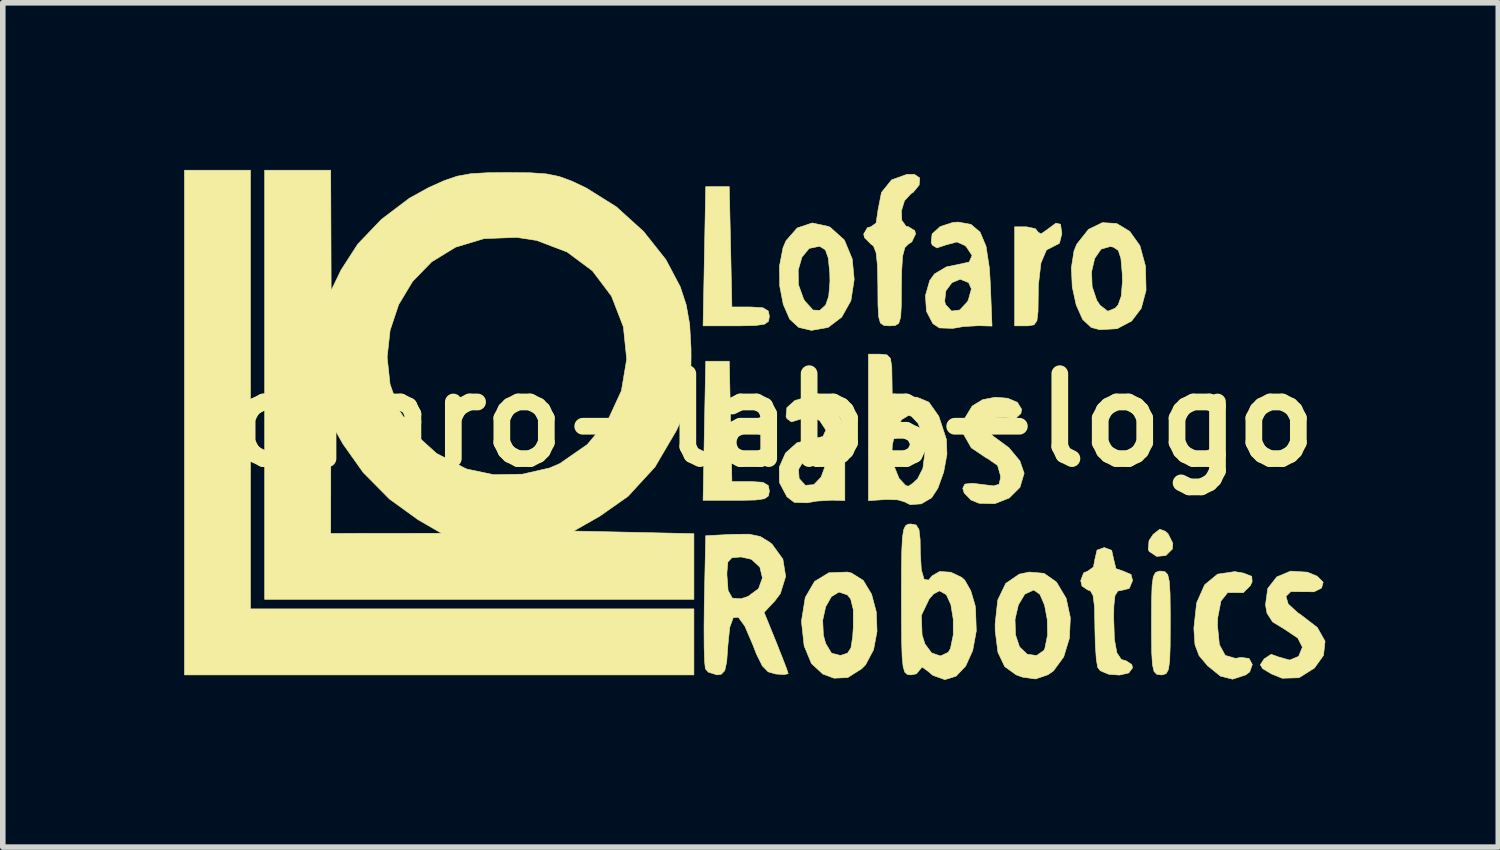
<source format=kicad_pcb>
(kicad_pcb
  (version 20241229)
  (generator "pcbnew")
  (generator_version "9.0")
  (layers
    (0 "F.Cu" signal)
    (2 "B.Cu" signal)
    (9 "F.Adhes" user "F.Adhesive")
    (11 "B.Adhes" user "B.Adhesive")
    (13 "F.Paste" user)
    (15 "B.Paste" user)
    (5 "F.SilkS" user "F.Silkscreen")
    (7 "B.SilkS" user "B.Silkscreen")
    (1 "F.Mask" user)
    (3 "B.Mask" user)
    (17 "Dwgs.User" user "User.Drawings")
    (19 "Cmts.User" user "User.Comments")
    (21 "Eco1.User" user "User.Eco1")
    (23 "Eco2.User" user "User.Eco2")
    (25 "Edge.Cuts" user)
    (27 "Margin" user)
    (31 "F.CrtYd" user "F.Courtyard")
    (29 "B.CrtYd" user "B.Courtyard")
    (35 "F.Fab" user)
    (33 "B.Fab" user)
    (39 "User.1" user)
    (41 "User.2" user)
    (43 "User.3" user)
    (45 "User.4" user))
  (footprint "lofaro-labs-logo"
    (layer "F.Cu")
    (at 10.421 4.492)
    (property "Reference" "lofaro-labs-logo" (at 0 0 0) (layer "F.SilkS") (effects (font (size 1.524 1.524) (thickness 0.3))))
    (attr through_hole)
    (fp_poly (pts (xy -8.975 3.387) (xy -1.016 3.387) (xy -1.016 4.572) (xy -10.16 4.572) (xy -10.16 -4.487) (xy -8.975 -4.487) (xy -8.975 3.387)) (stroke (width 0.01) (type solid)) (fill yes) (layer "F.SilkS"))
    (fp_poly (pts (xy 7.448 1.996) (xy 7.496 2.041) (xy 7.58 2.209) (xy 7.572 2.313) (xy 7.455 2.43) (xy 7.29 2.445) (xy 7.156 2.355) (xy 7.14 2.322) (xy 7.153 2.163) (xy 7.227 2.05) (xy 7.347 1.957) (xy 7.448 1.996)) (stroke (width 0.01) (type solid)) (fill yes) (layer "F.SilkS"))
    (fp_poly (pts (xy -0.357 -3.111) (xy -0.334 -2.032) (xy 0.003 -2.032) (xy 0.223 -2.018) (xy 0.32 -1.959) (xy 0.339 -1.863) (xy 0.323 -1.774) (xy 0.251 -1.723) (xy 0.087 -1.699) (xy -0.205 -1.693) (xy -0.256 -1.693) (xy -0.851 -1.693) (xy -0.804 -4.191) (xy -0.381 -4.191) (xy -0.357 -3.111)) (stroke (width 0.01) (type solid)) (fill yes) (layer "F.SilkS"))
    (fp_poly (pts (xy -0.357 0.021) (xy -0.334 1.101) (xy 0.003 1.101) (xy 0.223 1.115) (xy 0.32 1.173) (xy 0.339 1.27) (xy 0.323 1.359) (xy 0.251 1.41) (xy 0.087 1.433) (xy -0.205 1.439) (xy -0.256 1.439) (xy -0.851 1.439) (xy -0.828 0.191) (xy -0.804 -1.058) (xy -0.381 -1.058) (xy -0.357 0.021)) (stroke (width 0.01) (type solid)) (fill yes) (layer "F.SilkS"))
    (fp_poly (pts (xy 5.565 -3.517) (xy 5.588 -3.35) (xy 5.588 -3.344) (xy 5.545 -3.175) (xy 5.464 -3.133) (xy 5.312 -3.055) (xy 5.213 -2.821) (xy 5.168 -2.429) (xy 5.165 -2.249) (xy 5.161 -1.952) (xy 5.141 -1.785) (xy 5.089 -1.712) (xy 4.991 -1.694) (xy 4.953 -1.693) (xy 4.741 -1.693) (xy 4.741 -3.471) (xy 4.953 -3.471) (xy 5.112 -3.438) (xy 5.165 -3.374) (xy 5.214 -3.343) (xy 5.319 -3.416) (xy 5.482 -3.537) (xy 5.565 -3.517)) (stroke (width 0.01) (type solid)) (fill yes) (layer "F.SilkS"))
    (fp_poly (pts (xy 7.44 2.72) (xy 7.489 2.772) (xy 7.517 2.894) (xy 7.531 3.115) (xy 7.535 3.465) (xy 7.535 3.641) (xy 7.533 4.048) (xy 7.524 4.316) (xy 7.502 4.473) (xy 7.462 4.548) (xy 7.398 4.571) (xy 7.366 4.572) (xy 7.292 4.561) (xy 7.243 4.51) (xy 7.215 4.388) (xy 7.201 4.166) (xy 7.197 3.816) (xy 7.197 3.641) (xy 7.199 3.233) (xy 7.208 2.966) (xy 7.23 2.809) (xy 7.27 2.734) (xy 7.334 2.71) (xy 7.366 2.709) (xy 7.44 2.72)) (stroke (width 0.01) (type solid)) (fill yes) (layer "F.SilkS"))
    (fp_poly (pts (xy 8.85 2.745) (xy 8.997 2.803) (xy 9.004 2.9) (xy 8.97 2.972) (xy 8.843 3.097) (xy 8.746 3.095) (xy 8.565 3.094) (xy 8.444 3.246) (xy 8.386 3.546) (xy 8.382 3.689) (xy 8.416 4.029) (xy 8.521 4.222) (xy 8.704 4.275) (xy 8.806 4.258) (xy 8.949 4.277) (xy 9.007 4.386) (xy 8.961 4.517) (xy 8.892 4.571) (xy 8.653 4.649) (xy 8.435 4.594) (xy 8.206 4.409) (xy 8.051 4.225) (xy 7.978 4.03) (xy 7.959 3.749) (xy 7.959 3.728) (xy 8.008 3.278) (xy 8.152 2.954) (xy 8.383 2.764) (xy 8.692 2.718) (xy 8.85 2.745)) (stroke (width 0.01) (type solid)) (fill yes) (layer "F.SilkS"))
    (fp_poly (pts (xy 9.995 2.728) (xy 10.171 2.8) (xy 10.279 2.908) (xy 10.25 3.013) (xy 10.116 3.08) (xy 9.911 3.079) (xy 9.698 3.077) (xy 9.611 3.162) (xy 9.652 3.3) (xy 9.824 3.458) (xy 9.867 3.485) (xy 10.174 3.721) (xy 10.313 3.968) (xy 10.285 4.222) (xy 10.122 4.449) (xy 9.846 4.623) (xy 9.544 4.632) (xy 9.356 4.557) (xy 9.192 4.459) (xy 9.151 4.39) (xy 9.209 4.3) (xy 9.224 4.282) (xy 9.346 4.202) (xy 9.479 4.25) (xy 9.678 4.306) (xy 9.839 4.239) (xy 9.906 4.074) (xy 9.906 4.074) (xy 9.824 3.911) (xy 9.588 3.753) (xy 9.372 3.621) (xy 9.271 3.465) (xy 9.244 3.315) (xy 9.284 3.021) (xy 9.446 2.813) (xy 9.695 2.709) (xy 9.995 2.728)) (stroke (width 0.01) (type solid)) (fill yes) (layer "F.SilkS"))
    (fp_poly (pts (xy 1.4 -3.477) (xy 1.432 -3.461) (xy 1.685 -3.234) (xy 1.826 -2.894) (xy 1.861 -2.525) (xy 1.802 -2.144) (xy 1.637 -1.85) (xy 1.393 -1.665) (xy 1.094 -1.612) (xy 0.866 -1.665) (xy 0.704 -1.813) (xy 0.588 -2.078) (xy 0.524 -2.411) (xy 0.521 -2.693) (xy 0.856 -2.693) (xy 0.862 -2.428) (xy 0.953 -2.176) (xy 0.978 -2.136) (xy 1.122 -1.977) (xy 1.244 -1.971) (xy 1.349 -2.067) (xy 1.404 -2.224) (xy 1.426 -2.488) (xy 1.423 -2.638) (xy 1.396 -2.911) (xy 1.344 -3.057) (xy 1.25 -3.116) (xy 1.233 -3.12) (xy 1.053 -3.083) (xy 0.923 -2.926) (xy 0.856 -2.693) (xy 0.521 -2.693) (xy 0.52 -2.766) (xy 0.583 -3.093) (xy 0.637 -3.22) (xy 0.838 -3.45) (xy 1.107 -3.54) (xy 1.4 -3.477)) (stroke (width 0.01) (type solid)) (fill yes) (layer "F.SilkS"))
    (fp_poly (pts (xy 1.81 2.742) (xy 2.023 2.875) (xy 2.173 3.123) (xy 2.258 3.443) (xy 2.271 3.79) (xy 2.209 4.12) (xy 2.066 4.39) (xy 1.996 4.461) (xy 1.745 4.62) (xy 1.499 4.631) (xy 1.297 4.556) (xy 1.094 4.368) (xy 0.963 4.051) (xy 0.917 3.633) (xy 0.918 3.591) (xy 1.296 3.591) (xy 1.308 3.859) (xy 1.349 4.007) (xy 1.454 4.182) (xy 1.607 4.221) (xy 1.63 4.218) (xy 1.741 4.182) (xy 1.803 4.087) (xy 1.834 3.89) (xy 1.845 3.718) (xy 1.845 3.4) (xy 1.798 3.209) (xy 1.739 3.136) (xy 1.587 3.085) (xy 1.452 3.168) (xy 1.349 3.349) (xy 1.296 3.591) (xy 0.918 3.591) (xy 0.918 3.587) (xy 0.983 3.182) (xy 1.15 2.895) (xy 1.406 2.739) (xy 1.736 2.726) (xy 1.81 2.742)) (stroke (width 0.01) (type solid)) (fill yes) (layer "F.SilkS"))
    (fp_poly (pts (xy 4.617 -0.394) (xy 4.79 -0.32) (xy 4.866 -0.197) (xy 4.854 -0.121) (xy 4.76 -0.033) (xy 4.561 -0.045) (xy 4.561 -0.045) (xy 4.361 -0.039) (xy 4.247 0.05) (xy 4.247 0.18) (xy 4.361 0.291) (xy 4.64 0.496) (xy 4.835 0.731) (xy 4.911 0.951) (xy 4.911 0.955) (xy 4.836 1.206) (xy 4.645 1.396) (xy 4.384 1.499) (xy 4.104 1.492) (xy 3.958 1.433) (xy 3.835 1.306) (xy 3.81 1.222) (xy 3.847 1.147) (xy 3.984 1.132) (xy 4.149 1.153) (xy 4.364 1.179) (xy 4.461 1.15) (xy 4.487 1.044) (xy 4.487 0.995) (xy 4.435 0.812) (xy 4.252 0.685) (xy 4.23 0.676) (xy 3.963 0.496) (xy 3.826 0.255) (xy 3.83 -0.009) (xy 3.979 -0.254) (xy 4.166 -0.368) (xy 4.394 -0.412) (xy 4.617 -0.394)) (stroke (width 0.01) (type solid)) (fill yes) (layer "F.SilkS"))
    (fp_poly (pts (xy 5.269 2.749) (xy 5.479 2.896) (xy 5.497 2.914) (xy 5.666 3.197) (xy 5.741 3.547) (xy 5.724 3.913) (xy 5.622 4.248) (xy 5.438 4.5) (xy 5.339 4.569) (xy 5.117 4.645) (xy 4.881 4.612) (xy 4.768 4.571) (xy 4.563 4.423) (xy 4.441 4.166) (xy 4.392 3.777) (xy 4.391 3.663) (xy 4.4 3.575) (xy 4.748 3.575) (xy 4.757 3.853) (xy 4.829 4.07) (xy 4.967 4.201) (xy 5.135 4.224) (xy 5.267 4.132) (xy 5.283 4.099) (xy 5.332 3.857) (xy 5.327 3.58) (xy 5.278 3.319) (xy 5.194 3.125) (xy 5.084 3.048) (xy 5.083 3.048) (xy 4.923 3.123) (xy 4.808 3.315) (xy 4.748 3.575) (xy 4.4 3.575) (xy 4.438 3.228) (xy 4.581 2.93) (xy 4.824 2.764) (xy 5.006 2.726) (xy 5.269 2.749)) (stroke (width 0.01) (type solid)) (fill yes) (layer "F.SilkS"))
    (fp_poly (pts (xy 6.573 -3.53) (xy 6.807 -3.389) (xy 6.99 -3.132) (xy 7.089 -2.768) (xy 7.09 -2.762) (xy 7.1 -2.33) (xy 7.013 -2.007) (xy 6.841 -1.78) (xy 6.581 -1.642) (xy 6.269 -1.624) (xy 6.115 -1.665) (xy 5.962 -1.808) (xy 5.846 -2.068) (xy 5.775 -2.393) (xy 5.763 -2.665) (xy 6.122 -2.665) (xy 6.132 -2.399) (xy 6.215 -2.151) (xy 6.276 -2.061) (xy 6.413 -1.956) (xy 6.546 -2.01) (xy 6.598 -2.067) (xy 6.654 -2.224) (xy 6.676 -2.489) (xy 6.672 -2.639) (xy 6.648 -2.906) (xy 6.602 -3.047) (xy 6.513 -3.106) (xy 6.456 -3.117) (xy 6.292 -3.07) (xy 6.178 -2.903) (xy 6.122 -2.665) (xy 5.763 -2.665) (xy 5.759 -2.733) (xy 5.807 -3.039) (xy 5.856 -3.159) (xy 6.067 -3.425) (xy 6.316 -3.546) (xy 6.573 -3.53)) (stroke (width 0.01) (type solid)) (fill yes) (layer "F.SilkS"))
    (fp_poly (pts (xy 6.483 2.336) (xy 6.519 2.498) (xy 6.559 2.664) (xy 6.689 2.709) (xy 6.83 2.769) (xy 6.858 2.879) (xy 6.798 3.02) (xy 6.689 3.048) (xy 6.594 3.067) (xy 6.542 3.149) (xy 6.522 3.334) (xy 6.519 3.549) (xy 6.532 3.935) (xy 6.576 4.176) (xy 6.656 4.295) (xy 6.74 4.318) (xy 6.844 4.386) (xy 6.858 4.445) (xy 6.789 4.537) (xy 6.625 4.575) (xy 6.433 4.562) (xy 6.278 4.497) (xy 6.232 4.438) (xy 6.207 4.291) (xy 6.189 4.029) (xy 6.181 3.706) (xy 6.181 3.676) (xy 6.174 3.343) (xy 6.149 3.149) (xy 6.101 3.062) (xy 6.054 3.048) (xy 5.95 2.977) (xy 5.927 2.879) (xy 5.98 2.741) (xy 6.054 2.709) (xy 6.156 2.636) (xy 6.181 2.498) (xy 6.22 2.332) (xy 6.35 2.286) (xy 6.483 2.336)) (stroke (width 0.01) (type solid)) (fill yes) (layer "F.SilkS"))
    (fp_poly (pts (xy 1.344 -0.38) (xy 1.518 -0.245) (xy 1.628 0.002) (xy 1.682 0.381) (xy 1.693 0.758) (xy 1.693 1.442) (xy 1.46 1.436) (xy 1.194 1.452) (xy 1.014 1.483) (xy 0.787 1.476) (xy 0.654 1.375) (xy 0.519 1.119) (xy 0.517 0.882) (xy 0.862 0.882) (xy 0.873 1.047) (xy 0.985 1.169) (xy 1.137 1.157) (xy 1.267 1.022) (xy 1.353 0.787) (xy 1.321 0.642) (xy 1.178 0.607) (xy 1.173 0.608) (xy 0.97 0.704) (xy 0.862 0.882) (xy 0.517 0.882) (xy 0.517 0.842) (xy 0.629 0.589) (xy 0.834 0.406) (xy 1.101 0.339) (xy 1.3 0.293) (xy 1.353 0.177) (xy 1.248 0.018) (xy 1.225 -0.002) (xy 1.071 -0.066) (xy 0.894 -0.018) (xy 0.734 0.031) (xy 0.654 -0.029) (xy 0.638 -0.066) (xy 0.653 -0.225) (xy 0.796 -0.353) (xy 1.026 -0.419) (xy 1.096 -0.422) (xy 1.344 -0.38)) (stroke (width 0.01) (type solid)) (fill yes) (layer "F.SilkS"))
    (fp_poly (pts (xy 2.942 -4.413) (xy 3.038 -4.347) (xy 3.027 -4.22) (xy 2.921 -4.091) (xy 2.879 -4.064) (xy 2.764 -3.939) (xy 2.709 -3.759) (xy 2.716 -3.586) (xy 2.792 -3.481) (xy 2.836 -3.471) (xy 2.948 -3.403) (xy 2.963 -3.342) (xy 2.895 -3.2) (xy 2.836 -3.163) (xy 2.771 -3.099) (xy 2.731 -2.948) (xy 2.713 -2.679) (xy 2.709 -2.404) (xy 2.707 -2.058) (xy 2.695 -1.848) (xy 2.661 -1.739) (xy 2.597 -1.699) (xy 2.498 -1.693) (xy 2.395 -1.7) (xy 2.332 -1.743) (xy 2.3 -1.855) (xy 2.288 -2.071) (xy 2.286 -2.404) (xy 2.279 -2.773) (xy 2.255 -3.004) (xy 2.208 -3.126) (xy 2.159 -3.163) (xy 2.046 -3.276) (xy 2.032 -3.342) (xy 2.099 -3.456) (xy 2.159 -3.471) (xy 2.254 -3.538) (xy 2.286 -3.748) (xy 2.286 -3.758) (xy 2.351 -4.088) (xy 2.533 -4.314) (xy 2.809 -4.413) (xy 2.942 -4.413)) (stroke (width 0.01) (type solid)) (fill yes) (layer "F.SilkS"))
    (fp_poly (pts (xy 3.958 -3.514) (xy 4.121 -3.375) (xy 4.228 -3.12) (xy 4.288 -2.729) (xy 4.305 -2.445) (xy 4.335 -1.689) (xy 4.094 -1.696) (xy 3.824 -1.681) (xy 3.633 -1.648) (xy 3.39 -1.656) (xy 3.273 -1.734) (xy 3.158 -1.955) (xy 3.147 -2.134) (xy 3.485 -2.134) (xy 3.502 -2.074) (xy 3.609 -1.959) (xy 3.755 -1.978) (xy 3.89 -2.121) (xy 3.911 -2.161) (xy 3.965 -2.356) (xy 3.915 -2.469) (xy 3.764 -2.53) (xy 3.615 -2.468) (xy 3.507 -2.322) (xy 3.485 -2.134) (xy 3.147 -2.134) (xy 3.14 -2.237) (xy 3.217 -2.506) (xy 3.302 -2.625) (xy 3.516 -2.752) (xy 3.725 -2.794) (xy 3.925 -2.839) (xy 3.977 -2.956) (xy 3.873 -3.114) (xy 3.85 -3.135) (xy 3.704 -3.199) (xy 3.511 -3.147) (xy 3.508 -3.146) (xy 3.345 -3.092) (xy 3.264 -3.142) (xy 3.243 -3.188) (xy 3.26 -3.343) (xy 3.404 -3.475) (xy 3.631 -3.549) (xy 3.728 -3.556) (xy 3.958 -3.514)) (stroke (width 0.01) (type solid)) (fill yes) (layer "F.SilkS"))
    (fp_poly (pts (xy 2.449 -1.173) (xy 2.512 -1.11) (xy 2.536 -0.954) (xy 2.54 -0.717) (xy 2.544 -0.452) (xy 2.566 -0.324) (xy 2.622 -0.301) (xy 2.717 -0.343) (xy 2.981 -0.415) (xy 3.201 -0.324) (xy 3.38 -0.07) (xy 3.517 0.347) (xy 3.517 0.348) (xy 3.526 0.612) (xy 3.468 0.93) (xy 3.363 1.222) (xy 3.251 1.393) (xy 3.065 1.502) (xy 2.865 1.516) (xy 2.763 1.465) (xy 2.645 1.43) (xy 2.438 1.423) (xy 2.41 1.425) (xy 2.117 1.445) (xy 2.117 0.55) (xy 2.54 0.55) (xy 2.575 0.819) (xy 2.666 1.044) (xy 2.786 1.173) (xy 2.836 1.185) (xy 2.912 1.133) (xy 3 1.052) (xy 3.094 0.865) (xy 3.132 0.576) (xy 3.133 0.55) (xy 3.097 0.281) (xy 3.007 0.056) (xy 2.887 -0.072) (xy 2.836 -0.085) (xy 2.711 -0.009) (xy 2.606 0.184) (xy 2.546 0.442) (xy 2.54 0.55) (xy 2.117 0.55) (xy 2.117 -1.185) (xy 2.328 -1.185) (xy 2.449 -1.173)) (stroke (width 0.01) (type solid)) (fill yes) (layer "F.SilkS"))
    (fp_poly (pts (xy 0.175 2.088) (xy 0.344 2.191) (xy 0.389 2.229) (xy 0.581 2.494) (xy 0.631 2.805) (xy 0.536 3.112) (xy 0.435 3.247) (xy 0.244 3.45) (xy 0.461 3.983) (xy 0.569 4.256) (xy 0.647 4.459) (xy 0.677 4.55) (xy 0.677 4.55) (xy 0.605 4.566) (xy 0.452 4.556) (xy 0.317 4.517) (xy 0.212 4.41) (xy 0.107 4.199) (xy 0.038 4.022) (xy -0.102 3.696) (xy -0.219 3.537) (xy -0.31 3.545) (xy -0.373 3.719) (xy -0.406 4.043) (xy -0.427 4.335) (xy -0.462 4.495) (xy -0.525 4.561) (xy -0.599 4.572) (xy -0.757 4.523) (xy -0.81 4.462) (xy -0.823 4.34) (xy -0.832 4.084) (xy -0.834 3.728) (xy -0.83 3.309) (xy -0.828 3.213) (xy -0.819 2.78) (xy -0.423 2.78) (xy -0.402 3.059) (xy -0.326 3.194) (xy -0.173 3.205) (xy -0.047 3.165) (xy 0.145 3.024) (xy 0.214 2.831) (xy 0.168 2.638) (xy 0.017 2.497) (xy -0.172 2.455) (xy -0.336 2.47) (xy -0.407 2.547) (xy -0.423 2.735) (xy -0.423 2.78) (xy -0.819 2.78) (xy -0.804 2.074) (xy -0.327 2.049) (xy -0.026 2.046) (xy 0.175 2.088)) (stroke (width 0.01) (type solid)) (fill yes) (layer "F.SilkS"))
    (fp_poly (pts (xy 2.973 1.881) (xy 3.024 1.963) (xy 3.045 2.146) (xy 3.048 2.371) (xy 3.066 2.685) (xy 3.116 2.855) (xy 3.195 2.871) (xy 3.26 2.794) (xy 3.394 2.716) (xy 3.595 2.729) (xy 3.792 2.822) (xy 3.846 2.872) (xy 3.954 3.062) (xy 4.031 3.323) (xy 4.039 3.375) (xy 4.053 3.783) (xy 3.988 4.136) (xy 3.862 4.414) (xy 3.69 4.595) (xy 3.489 4.657) (xy 3.273 4.58) (xy 3.193 4.512) (xy 3.081 4.431) (xy 3.048 4.469) (xy 2.977 4.553) (xy 2.879 4.572) (xy 2.815 4.564) (xy 2.77 4.524) (xy 2.74 4.428) (xy 2.722 4.251) (xy 2.713 3.968) (xy 2.71 3.556) (xy 2.71 3.504) (xy 3.066 3.504) (xy 3.08 3.854) (xy 3.131 4.016) (xy 3.251 4.178) (xy 3.41 4.232) (xy 3.549 4.167) (xy 3.589 4.099) (xy 3.639 3.857) (xy 3.639 3.571) (xy 3.596 3.309) (xy 3.517 3.137) (xy 3.504 3.125) (xy 3.39 3.063) (xy 3.285 3.12) (xy 3.208 3.208) (xy 3.066 3.504) (xy 2.71 3.504) (xy 2.709 3.217) (xy 2.71 2.711) (xy 2.715 2.349) (xy 2.727 2.108) (xy 2.75 1.964) (xy 2.785 1.891) (xy 2.836 1.865) (xy 2.879 1.863) (xy 2.973 1.881)) (stroke (width 0.01) (type solid)) (fill yes) (layer "F.SilkS"))
    (fp_poly (pts (xy -7.527 -2.328) (xy -7.349 -2.696) (xy -7.048 -3.162) (xy -6.624 -3.605) (xy -6.123 -3.984) (xy -5.781 -4.173) (xy -5.498 -4.3) (xy -5.263 -4.38) (xy -5.021 -4.424) (xy -4.713 -4.442) (xy -4.359 -4.445) (xy -3.955 -4.441) (xy -3.665 -4.421) (xy -3.434 -4.374) (xy -3.205 -4.29) (xy -2.948 -4.168) (xy -2.41 -3.831) (xy -1.919 -3.387) (xy -1.518 -2.881) (xy -1.261 -2.395) (xy -1.153 -2.065) (xy -1.092 -1.719) (xy -1.068 -1.292) (xy -1.067 -1.143) (xy -1.072 -0.749) (xy -1.1 -0.459) (xy -1.164 -0.209) (xy -1.275 0.066) (xy -1.327 0.18) (xy -1.715 0.841) (xy -2.199 1.367) (xy -2.707 1.724) (xy -3.175 1.99) (xy -2.095 2.013) (xy -1.016 2.037) (xy -1.016 3.217) (xy -8.721 3.217) (xy -8.721 2.032) (xy -7.535 2.032) (xy -6.54 2.031) (xy -5.546 2.03) (xy -5.969 1.785) (xy -6.481 1.415) (xy -6.951 0.94) (xy -7.317 0.424) (xy -7.317 0.423) (xy -7.533 0.042) (xy -7.534 1.037) (xy -7.535 2.032) (xy -8.721 2.032) (xy -8.721 -1.131) (xy -6.522 -1.131) (xy -6.47 -0.646) (xy -6.308 -0.182) (xy -6.031 0.239) (xy -5.636 0.596) (xy -5.116 0.867) (xy -5.08 0.88) (xy -4.61 0.978) (xy -4.094 0.969) (xy -3.607 0.858) (xy -3.423 0.779) (xy -2.929 0.436) (xy -2.557 -0.008) (xy -2.317 -0.528) (xy -2.222 -1.096) (xy -2.282 -1.677) (xy -2.496 -2.229) (xy -2.838 -2.681) (xy -3.291 -3.018) (xy -3.837 -3.226) (xy -4.194 -3.281) (xy -4.783 -3.259) (xy -5.294 -3.105) (xy -5.723 -2.842) (xy -6.064 -2.492) (xy -6.315 -2.075) (xy -6.469 -1.614) (xy -6.522 -1.131) (xy -8.721 -1.131) (xy -8.721 -4.487) (xy -7.535 -4.487) (xy -7.527 -2.328)) (stroke (width 0.01) (type solid)) (fill yes) (layer "F.SilkS")))
  (gr_rect
    (start -3 -3)
    (end 23.843 12.155)
    (stroke (width 0.1) (type default))
    (fill no)
    (layer "Edge.Cuts")))
</source>
